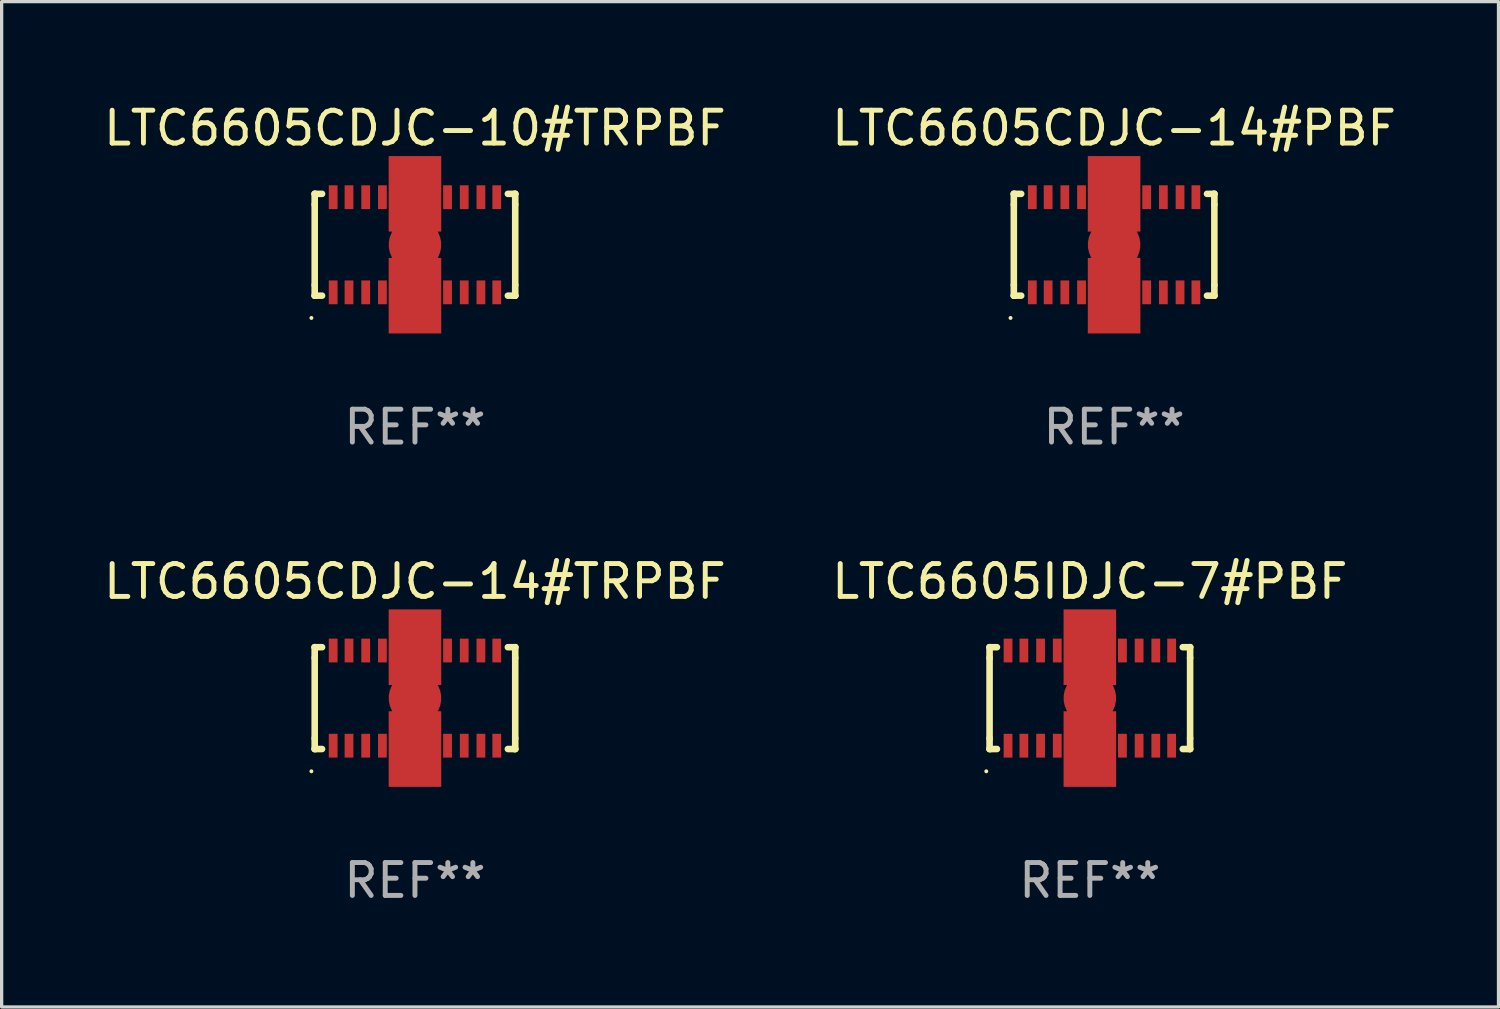
<source format=kicad_pcb>
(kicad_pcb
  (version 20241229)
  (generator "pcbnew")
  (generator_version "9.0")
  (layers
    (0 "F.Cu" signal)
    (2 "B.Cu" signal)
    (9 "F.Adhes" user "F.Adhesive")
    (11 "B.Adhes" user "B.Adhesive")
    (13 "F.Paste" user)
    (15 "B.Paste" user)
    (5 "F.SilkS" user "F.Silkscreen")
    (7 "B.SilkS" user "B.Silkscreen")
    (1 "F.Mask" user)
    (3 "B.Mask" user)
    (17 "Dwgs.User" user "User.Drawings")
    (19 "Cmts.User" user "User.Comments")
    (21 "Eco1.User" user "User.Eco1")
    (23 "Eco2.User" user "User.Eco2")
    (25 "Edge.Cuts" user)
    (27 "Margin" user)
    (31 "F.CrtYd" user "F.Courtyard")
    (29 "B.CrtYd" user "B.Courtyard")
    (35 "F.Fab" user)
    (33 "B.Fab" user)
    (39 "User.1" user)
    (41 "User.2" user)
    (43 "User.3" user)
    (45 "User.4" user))
  (footprint "LTC6605CDJC-14#TRPBF"
    (layer "F.Cu")
    (at 9.577 18.193)
    (property "Reference" "LTC6605CDJC-14#TRPBF" (at 0 -3.549 0) (layer "F.SilkS") (effects (font (size 1 1) (thickness 0.15))))
    (attr through_hole)
    (fp_line (start -3.051 -1.549) (end -3.025 -1.549) (stroke (width 0.201) (type solid)) (layer "F.SilkS"))
    (fp_line (start -3.051 -1.224) (end -3.051 -1.549) (stroke (width 0.201) (type solid)) (layer "F.SilkS"))
    (fp_line (start -3.051 1.224) (end -3.051 -1.224) (stroke (width 0.2) (type solid)) (layer "F.SilkS"))
    (fp_line (start -3.051 1.549) (end -3.051 1.224) (stroke (width 0.201) (type solid)) (layer "F.SilkS"))
    (fp_line (start -3.051 1.549) (end -2.827 1.549) (stroke (width 0.2) (type solid)) (layer "F.SilkS"))
    (fp_line (start -3.025 1.549) (end -3.051 1.549) (stroke (width 0.201) (type solid)) (layer "F.SilkS"))
    (fp_line (start -2.827 -1.549) (end -3.051 -1.549) (stroke (width 0.2) (type solid)) (layer "F.SilkS"))
    (fp_line (start 2.827 1.549) (end 3.051 1.549) (stroke (width 0.2) (type solid)) (layer "F.SilkS"))
    (fp_line (start 3.051 -1.549) (end 2.827 -1.549) (stroke (width 0.2) (type solid)) (layer "F.SilkS"))
    (fp_line (start 3.051 -1.549) (end 3.025 -1.549) (stroke (width 0.201) (type solid)) (layer "F.SilkS"))
    (fp_line (start 3.051 -1.224) (end 3.051 -1.549) (stroke (width 0.201) (type solid)) (layer "F.SilkS"))
    (fp_line (start 3.051 -1.224) (end 3.051 1.224) (stroke (width 0.2) (type solid)) (layer "F.SilkS"))
    (fp_line (start 3.051 1.224) (end 3.051 1.549) (stroke (width 0.201) (type solid)) (layer "F.SilkS"))
    (fp_line (start 3.051 1.549) (end 3.025 1.549) (stroke (width 0.201) (type solid)) (layer "F.SilkS"))
    (fp_circle (center -3.151 2.227) (end -3.121 2.227) (stroke (width 0.06) (type solid)) (fill no) (layer "F.SilkS"))
    (fp_text user "REF**" (at 0 5.549 0) (layer "F.Fab") (effects (font (size 1 1) (thickness 0.15))))
    (pad "1" smd rect (at -2.489 1.448 180) (size 0.267 0.724) (layers "F.Cu" "F.Mask" "F.Paste"))
    (pad "2" smd rect (at -2.007 1.448 180) (size 0.267 0.724) (layers "F.Cu" "F.Mask" "F.Paste"))
    (pad "3" smd rect (at -1.499 1.448 180) (size 0.267 0.724) (layers "F.Cu" "F.Mask" "F.Paste"))
    (pad "4" smd rect (at -0.991 1.448 180) (size 0.267 0.724) (layers "F.Cu" "F.Mask" "F.Paste"))
    (pad "5" smd rect (at -0.508 1.448 180) (size 0.267 0.724) (layers "F.Cu" "F.Mask" "F.Paste"))
    (pad "6" smd rect (at 0 1.448 180) (size 0.267 0.724) (layers "F.Cu" "F.Mask" "F.Paste"))
    (pad "7" smd rect (at 0.508 1.448 180) (size 0.267 0.724) (layers "F.Cu" "F.Mask" "F.Paste"))
    (pad "8" smd rect (at 0.991 1.448 180) (size 0.267 0.724) (layers "F.Cu" "F.Mask" "F.Paste"))
    (pad "9" smd rect (at 1.499 1.448 180) (size 0.267 0.724) (layers "F.Cu" "F.Mask" "F.Paste"))
    (pad "10" smd rect (at 2.007 1.448 180) (size 0.267 0.724) (layers "F.Cu" "F.Mask" "F.Paste"))
    (pad "11" smd rect (at 2.489 1.448 180) (size 0.267 0.724) (layers "F.Cu" "F.Mask" "F.Paste"))
    (pad "12" smd rect (at 2.489 -1.448 180) (size 0.267 0.724) (layers "F.Cu" "F.Mask" "F.Paste"))
    (pad "13" smd rect (at 2.007 -1.448 180) (size 0.267 0.724) (layers "F.Cu" "F.Mask" "F.Paste"))
    (pad "14" smd rect (at 1.499 -1.448 180) (size 0.267 0.724) (layers "F.Cu" "F.Mask" "F.Paste"))
    (pad "15" smd rect (at 0.991 -1.448 180) (size 0.267 0.724) (layers "F.Cu" "F.Mask" "F.Paste"))
    (pad "16" smd rect (at 0.508 -1.448 180) (size 0.267 0.724) (layers "F.Cu" "F.Mask" "F.Paste"))
    (pad "17" smd rect (at 0 -1.448 180) (size 0.267 0.724) (layers "F.Cu" "F.Mask" "F.Paste"))
    (pad "18" smd rect (at -0.508 -1.448 180) (size 0.267 0.724) (layers "F.Cu" "F.Mask" "F.Paste"))
    (pad "19" smd rect (at -0.991 -1.448 180) (size 0.267 0.724) (layers "F.Cu" "F.Mask" "F.Paste"))
    (pad "20" smd rect (at -1.499 -1.448 180) (size 0.267 0.724) (layers "F.Cu" "F.Mask" "F.Paste"))
    (pad "21" smd rect (at -2.007 -1.448 180) (size 0.267 0.724) (layers "F.Cu" "F.Mask" "F.Paste"))
    (pad "22" smd rect (at -2.489 -1.448 180) (size 0.267 0.724) (layers "F.Cu" "F.Mask" "F.Paste"))
    (pad "23" smd custom (at 0 0 90) (size 1.6 5.4) (layers "F.Cu" "F.Mask" "F.Paste") (options (anchor circle)) (primitives (gr_poly (pts (xy -2.7 0.8) (xy -2.7 -0.8) (xy -0.4 -0.8) (xy -0.4 -0.5) (xy 0.4 -0.5) (xy 0.4 -0.8) (xy 2.7 -0.8) (xy 2.7 0.8) (xy 0.4 0.8) (xy 0.4 0.5) (xy -0.4 0.5) (xy -0.4 0.8) (xy -2.7 0.8)) (width 0) (fill yes)))))
  (footprint "LTC6605IDJC-7#PBF"
    (layer "F.Cu")
    (at 30.113 18.193)
    (property "Reference" "LTC6605IDJC-7#PBF" (at 0 -3.549 0) (layer "F.SilkS") (effects (font (size 1 1) (thickness 0.15))))
    (attr through_hole)
    (fp_line (start -3.051 -1.549) (end -3.025 -1.549) (stroke (width 0.201) (type solid)) (layer "F.SilkS"))
    (fp_line (start -3.051 -1.224) (end -3.051 -1.549) (stroke (width 0.201) (type solid)) (layer "F.SilkS"))
    (fp_line (start -3.051 1.224) (end -3.051 -1.224) (stroke (width 0.2) (type solid)) (layer "F.SilkS"))
    (fp_line (start -3.051 1.549) (end -3.051 1.224) (stroke (width 0.201) (type solid)) (layer "F.SilkS"))
    (fp_line (start -3.051 1.549) (end -2.827 1.549) (stroke (width 0.2) (type solid)) (layer "F.SilkS"))
    (fp_line (start -3.025 1.549) (end -3.051 1.549) (stroke (width 0.201) (type solid)) (layer "F.SilkS"))
    (fp_line (start -2.827 -1.549) (end -3.051 -1.549) (stroke (width 0.2) (type solid)) (layer "F.SilkS"))
    (fp_line (start 2.827 1.549) (end 3.051 1.549) (stroke (width 0.2) (type solid)) (layer "F.SilkS"))
    (fp_line (start 3.051 -1.549) (end 2.827 -1.549) (stroke (width 0.2) (type solid)) (layer "F.SilkS"))
    (fp_line (start 3.051 -1.549) (end 3.025 -1.549) (stroke (width 0.201) (type solid)) (layer "F.SilkS"))
    (fp_line (start 3.051 -1.224) (end 3.051 -1.549) (stroke (width 0.201) (type solid)) (layer "F.SilkS"))
    (fp_line (start 3.051 -1.224) (end 3.051 1.224) (stroke (width 0.2) (type solid)) (layer "F.SilkS"))
    (fp_line (start 3.051 1.224) (end 3.051 1.549) (stroke (width 0.201) (type solid)) (layer "F.SilkS"))
    (fp_line (start 3.051 1.549) (end 3.025 1.549) (stroke (width 0.201) (type solid)) (layer "F.SilkS"))
    (fp_circle (center -3.151 2.227) (end -3.121 2.227) (stroke (width 0.06) (type solid)) (fill no) (layer "F.SilkS"))
    (fp_text user "REF**" (at 0 5.549 0) (layer "F.Fab") (effects (font (size 1 1) (thickness 0.15))))
    (pad "1" smd rect (at -2.489 1.448 180) (size 0.267 0.724) (layers "F.Cu" "F.Mask" "F.Paste"))
    (pad "2" smd rect (at -2.007 1.448 180) (size 0.267 0.724) (layers "F.Cu" "F.Mask" "F.Paste"))
    (pad "3" smd rect (at -1.499 1.448 180) (size 0.267 0.724) (layers "F.Cu" "F.Mask" "F.Paste"))
    (pad "4" smd rect (at -0.991 1.448 180) (size 0.267 0.724) (layers "F.Cu" "F.Mask" "F.Paste"))
    (pad "5" smd rect (at -0.508 1.448 180) (size 0.267 0.724) (layers "F.Cu" "F.Mask" "F.Paste"))
    (pad "6" smd rect (at 0 1.448 180) (size 0.267 0.724) (layers "F.Cu" "F.Mask" "F.Paste"))
    (pad "7" smd rect (at 0.508 1.448 180) (size 0.267 0.724) (layers "F.Cu" "F.Mask" "F.Paste"))
    (pad "8" smd rect (at 0.991 1.448 180) (size 0.267 0.724) (layers "F.Cu" "F.Mask" "F.Paste"))
    (pad "9" smd rect (at 1.499 1.448 180) (size 0.267 0.724) (layers "F.Cu" "F.Mask" "F.Paste"))
    (pad "10" smd rect (at 2.007 1.448 180) (size 0.267 0.724) (layers "F.Cu" "F.Mask" "F.Paste"))
    (pad "11" smd rect (at 2.489 1.448 180) (size 0.267 0.724) (layers "F.Cu" "F.Mask" "F.Paste"))
    (pad "12" smd rect (at 2.489 -1.448 180) (size 0.267 0.724) (layers "F.Cu" "F.Mask" "F.Paste"))
    (pad "13" smd rect (at 2.007 -1.448 180) (size 0.267 0.724) (layers "F.Cu" "F.Mask" "F.Paste"))
    (pad "14" smd rect (at 1.499 -1.448 180) (size 0.267 0.724) (layers "F.Cu" "F.Mask" "F.Paste"))
    (pad "15" smd rect (at 0.991 -1.448 180) (size 0.267 0.724) (layers "F.Cu" "F.Mask" "F.Paste"))
    (pad "16" smd rect (at 0.508 -1.448 180) (size 0.267 0.724) (layers "F.Cu" "F.Mask" "F.Paste"))
    (pad "17" smd rect (at 0 -1.448 180) (size 0.267 0.724) (layers "F.Cu" "F.Mask" "F.Paste"))
    (pad "18" smd rect (at -0.508 -1.448 180) (size 0.267 0.724) (layers "F.Cu" "F.Mask" "F.Paste"))
    (pad "19" smd rect (at -0.991 -1.448 180) (size 0.267 0.724) (layers "F.Cu" "F.Mask" "F.Paste"))
    (pad "20" smd rect (at -1.499 -1.448 180) (size 0.267 0.724) (layers "F.Cu" "F.Mask" "F.Paste"))
    (pad "21" smd rect (at -2.007 -1.448 180) (size 0.267 0.724) (layers "F.Cu" "F.Mask" "F.Paste"))
    (pad "22" smd rect (at -2.489 -1.448 180) (size 0.267 0.724) (layers "F.Cu" "F.Mask" "F.Paste"))
    (pad "23" smd custom (at 0 0 90) (size 1.6 5.4) (layers "F.Cu" "F.Mask" "F.Paste") (options (anchor circle)) (primitives (gr_poly (pts (xy -2.7 0.8) (xy -2.7 -0.8) (xy -0.4 -0.8) (xy -0.4 -0.5) (xy 0.4 -0.5) (xy 0.4 -0.8) (xy 2.7 -0.8) (xy 2.7 0.8) (xy 0.4 0.8) (xy 0.4 0.5) (xy -0.4 0.5) (xy -0.4 0.8) (xy -2.7 0.8)) (width 0) (fill yes)))))
  (footprint "LTC6605CDJC-14#PBF"
    (layer "F.Cu")
    (at 30.851 4.398)
    (property "Reference" "LTC6605CDJC-14#PBF" (at 0 -3.549 0) (layer "F.SilkS") (effects (font (size 1 1) (thickness 0.15))))
    (attr through_hole)
    (fp_line (start -3.051 -1.549) (end -3.025 -1.549) (stroke (width 0.201) (type solid)) (layer "F.SilkS"))
    (fp_line (start -3.051 -1.224) (end -3.051 -1.549) (stroke (width 0.201) (type solid)) (layer "F.SilkS"))
    (fp_line (start -3.051 1.224) (end -3.051 -1.224) (stroke (width 0.2) (type solid)) (layer "F.SilkS"))
    (fp_line (start -3.051 1.549) (end -3.051 1.224) (stroke (width 0.201) (type solid)) (layer "F.SilkS"))
    (fp_line (start -3.051 1.549) (end -2.827 1.549) (stroke (width 0.2) (type solid)) (layer "F.SilkS"))
    (fp_line (start -3.025 1.549) (end -3.051 1.549) (stroke (width 0.201) (type solid)) (layer "F.SilkS"))
    (fp_line (start -2.827 -1.549) (end -3.051 -1.549) (stroke (width 0.2) (type solid)) (layer "F.SilkS"))
    (fp_line (start 2.827 1.549) (end 3.051 1.549) (stroke (width 0.2) (type solid)) (layer "F.SilkS"))
    (fp_line (start 3.051 -1.549) (end 2.827 -1.549) (stroke (width 0.2) (type solid)) (layer "F.SilkS"))
    (fp_line (start 3.051 -1.549) (end 3.025 -1.549) (stroke (width 0.201) (type solid)) (layer "F.SilkS"))
    (fp_line (start 3.051 -1.224) (end 3.051 -1.549) (stroke (width 0.201) (type solid)) (layer "F.SilkS"))
    (fp_line (start 3.051 -1.224) (end 3.051 1.224) (stroke (width 0.2) (type solid)) (layer "F.SilkS"))
    (fp_line (start 3.051 1.224) (end 3.051 1.549) (stroke (width 0.201) (type solid)) (layer "F.SilkS"))
    (fp_line (start 3.051 1.549) (end 3.025 1.549) (stroke (width 0.201) (type solid)) (layer "F.SilkS"))
    (fp_circle (center -3.151 2.227) (end -3.121 2.227) (stroke (width 0.06) (type solid)) (fill no) (layer "F.SilkS"))
    (fp_text user "REF**" (at 0 5.549 0) (layer "F.Fab") (effects (font (size 1 1) (thickness 0.15))))
    (pad "1" smd rect (at -2.489 1.448 180) (size 0.267 0.724) (layers "F.Cu" "F.Mask" "F.Paste"))
    (pad "2" smd rect (at -2.007 1.448 180) (size 0.267 0.724) (layers "F.Cu" "F.Mask" "F.Paste"))
    (pad "3" smd rect (at -1.499 1.448 180) (size 0.267 0.724) (layers "F.Cu" "F.Mask" "F.Paste"))
    (pad "4" smd rect (at -0.991 1.448 180) (size 0.267 0.724) (layers "F.Cu" "F.Mask" "F.Paste"))
    (pad "5" smd rect (at -0.508 1.448 180) (size 0.267 0.724) (layers "F.Cu" "F.Mask" "F.Paste"))
    (pad "6" smd rect (at 0 1.448 180) (size 0.267 0.724) (layers "F.Cu" "F.Mask" "F.Paste"))
    (pad "7" smd rect (at 0.508 1.448 180) (size 0.267 0.724) (layers "F.Cu" "F.Mask" "F.Paste"))
    (pad "8" smd rect (at 0.991 1.448 180) (size 0.267 0.724) (layers "F.Cu" "F.Mask" "F.Paste"))
    (pad "9" smd rect (at 1.499 1.448 180) (size 0.267 0.724) (layers "F.Cu" "F.Mask" "F.Paste"))
    (pad "10" smd rect (at 2.007 1.448 180) (size 0.267 0.724) (layers "F.Cu" "F.Mask" "F.Paste"))
    (pad "11" smd rect (at 2.489 1.448 180) (size 0.267 0.724) (layers "F.Cu" "F.Mask" "F.Paste"))
    (pad "12" smd rect (at 2.489 -1.448 180) (size 0.267 0.724) (layers "F.Cu" "F.Mask" "F.Paste"))
    (pad "13" smd rect (at 2.007 -1.448 180) (size 0.267 0.724) (layers "F.Cu" "F.Mask" "F.Paste"))
    (pad "14" smd rect (at 1.499 -1.448 180) (size 0.267 0.724) (layers "F.Cu" "F.Mask" "F.Paste"))
    (pad "15" smd rect (at 0.991 -1.448 180) (size 0.267 0.724) (layers "F.Cu" "F.Mask" "F.Paste"))
    (pad "16" smd rect (at 0.508 -1.448 180) (size 0.267 0.724) (layers "F.Cu" "F.Mask" "F.Paste"))
    (pad "17" smd rect (at 0 -1.448 180) (size 0.267 0.724) (layers "F.Cu" "F.Mask" "F.Paste"))
    (pad "18" smd rect (at -0.508 -1.448 180) (size 0.267 0.724) (layers "F.Cu" "F.Mask" "F.Paste"))
    (pad "19" smd rect (at -0.991 -1.448 180) (size 0.267 0.724) (layers "F.Cu" "F.Mask" "F.Paste"))
    (pad "20" smd rect (at -1.499 -1.448 180) (size 0.267 0.724) (layers "F.Cu" "F.Mask" "F.Paste"))
    (pad "21" smd rect (at -2.007 -1.448 180) (size 0.267 0.724) (layers "F.Cu" "F.Mask" "F.Paste"))
    (pad "22" smd rect (at -2.489 -1.448 180) (size 0.267 0.724) (layers "F.Cu" "F.Mask" "F.Paste"))
    (pad "23" smd custom (at 0 0 90) (size 1.6 5.4) (layers "F.Cu" "F.Mask" "F.Paste") (options (anchor circle)) (primitives (gr_poly (pts (xy -2.7 0.8) (xy -2.7 -0.8) (xy -0.4 -0.8) (xy -0.4 -0.5) (xy 0.4 -0.5) (xy 0.4 -0.8) (xy 2.7 -0.8) (xy 2.7 0.8) (xy 0.4 0.8) (xy 0.4 0.5) (xy -0.4 0.5) (xy -0.4 0.8) (xy -2.7 0.8)) (width 0) (fill yes)))))
  (footprint "LTC6605CDJC-10#TRPBF"
    (layer "F.Cu")
    (at 9.577 4.398)
    (property "Reference" "LTC6605CDJC-10#TRPBF" (at 0 -3.549 0) (layer "F.SilkS") (effects (font (size 1 1) (thickness 0.15))))
    (attr through_hole)
    (fp_line (start -3.051 -1.549) (end -3.025 -1.549) (stroke (width 0.201) (type solid)) (layer "F.SilkS"))
    (fp_line (start -3.051 -1.224) (end -3.051 -1.549) (stroke (width 0.201) (type solid)) (layer "F.SilkS"))
    (fp_line (start -3.051 1.224) (end -3.051 -1.224) (stroke (width 0.2) (type solid)) (layer "F.SilkS"))
    (fp_line (start -3.051 1.549) (end -3.051 1.224) (stroke (width 0.201) (type solid)) (layer "F.SilkS"))
    (fp_line (start -3.051 1.549) (end -2.827 1.549) (stroke (width 0.2) (type solid)) (layer "F.SilkS"))
    (fp_line (start -3.025 1.549) (end -3.051 1.549) (stroke (width 0.201) (type solid)) (layer "F.SilkS"))
    (fp_line (start -2.827 -1.549) (end -3.051 -1.549) (stroke (width 0.2) (type solid)) (layer "F.SilkS"))
    (fp_line (start 2.827 1.549) (end 3.051 1.549) (stroke (width 0.2) (type solid)) (layer "F.SilkS"))
    (fp_line (start 3.051 -1.549) (end 2.827 -1.549) (stroke (width 0.2) (type solid)) (layer "F.SilkS"))
    (fp_line (start 3.051 -1.549) (end 3.025 -1.549) (stroke (width 0.201) (type solid)) (layer "F.SilkS"))
    (fp_line (start 3.051 -1.224) (end 3.051 -1.549) (stroke (width 0.201) (type solid)) (layer "F.SilkS"))
    (fp_line (start 3.051 -1.224) (end 3.051 1.224) (stroke (width 0.2) (type solid)) (layer "F.SilkS"))
    (fp_line (start 3.051 1.224) (end 3.051 1.549) (stroke (width 0.201) (type solid)) (layer "F.SilkS"))
    (fp_line (start 3.051 1.549) (end 3.025 1.549) (stroke (width 0.201) (type solid)) (layer "F.SilkS"))
    (fp_circle (center -3.151 2.227) (end -3.121 2.227) (stroke (width 0.06) (type solid)) (fill no) (layer "F.SilkS"))
    (fp_text user "REF**" (at 0 5.549 0) (layer "F.Fab") (effects (font (size 1 1) (thickness 0.15))))
    (pad "1" smd rect (at -2.489 1.448 180) (size 0.267 0.724) (layers "F.Cu" "F.Mask" "F.Paste"))
    (pad "2" smd rect (at -2.007 1.448 180) (size 0.267 0.724) (layers "F.Cu" "F.Mask" "F.Paste"))
    (pad "3" smd rect (at -1.499 1.448 180) (size 0.267 0.724) (layers "F.Cu" "F.Mask" "F.Paste"))
    (pad "4" smd rect (at -0.991 1.448 180) (size 0.267 0.724) (layers "F.Cu" "F.Mask" "F.Paste"))
    (pad "5" smd rect (at -0.508 1.448 180) (size 0.267 0.724) (layers "F.Cu" "F.Mask" "F.Paste"))
    (pad "6" smd rect (at 0 1.448 180) (size 0.267 0.724) (layers "F.Cu" "F.Mask" "F.Paste"))
    (pad "7" smd rect (at 0.508 1.448 180) (size 0.267 0.724) (layers "F.Cu" "F.Mask" "F.Paste"))
    (pad "8" smd rect (at 0.991 1.448 180) (size 0.267 0.724) (layers "F.Cu" "F.Mask" "F.Paste"))
    (pad "9" smd rect (at 1.499 1.448 180) (size 0.267 0.724) (layers "F.Cu" "F.Mask" "F.Paste"))
    (pad "10" smd rect (at 2.007 1.448 180) (size 0.267 0.724) (layers "F.Cu" "F.Mask" "F.Paste"))
    (pad "11" smd rect (at 2.489 1.448 180) (size 0.267 0.724) (layers "F.Cu" "F.Mask" "F.Paste"))
    (pad "12" smd rect (at 2.489 -1.448 180) (size 0.267 0.724) (layers "F.Cu" "F.Mask" "F.Paste"))
    (pad "13" smd rect (at 2.007 -1.448 180) (size 0.267 0.724) (layers "F.Cu" "F.Mask" "F.Paste"))
    (pad "14" smd rect (at 1.499 -1.448 180) (size 0.267 0.724) (layers "F.Cu" "F.Mask" "F.Paste"))
    (pad "15" smd rect (at 0.991 -1.448 180) (size 0.267 0.724) (layers "F.Cu" "F.Mask" "F.Paste"))
    (pad "16" smd rect (at 0.508 -1.448 180) (size 0.267 0.724) (layers "F.Cu" "F.Mask" "F.Paste"))
    (pad "17" smd rect (at 0 -1.448 180) (size 0.267 0.724) (layers "F.Cu" "F.Mask" "F.Paste"))
    (pad "18" smd rect (at -0.508 -1.448 180) (size 0.267 0.724) (layers "F.Cu" "F.Mask" "F.Paste"))
    (pad "19" smd rect (at -0.991 -1.448 180) (size 0.267 0.724) (layers "F.Cu" "F.Mask" "F.Paste"))
    (pad "20" smd rect (at -1.499 -1.448 180) (size 0.267 0.724) (layers "F.Cu" "F.Mask" "F.Paste"))
    (pad "21" smd rect (at -2.007 -1.448 180) (size 0.267 0.724) (layers "F.Cu" "F.Mask" "F.Paste"))
    (pad "22" smd rect (at -2.489 -1.448 180) (size 0.267 0.724) (layers "F.Cu" "F.Mask" "F.Paste"))
    (pad "23" smd custom (at 0 0 90) (size 1.6 5.4) (layers "F.Cu" "F.Mask" "F.Paste") (options (anchor circle)) (primitives (gr_poly (pts (xy -2.7 0.8) (xy -2.7 -0.8) (xy -0.4 -0.8) (xy -0.4 -0.5) (xy 0.4 -0.5) (xy 0.4 -0.8) (xy 2.7 -0.8) (xy 2.7 0.8) (xy 0.4 0.8) (xy 0.4 0.5) (xy -0.4 0.5) (xy -0.4 0.8) (xy -2.7 0.8)) (width 0) (fill yes)))))
  (gr_rect
    (start -3 -3)
    (end 42.548 27.591)
    (stroke (width 0.1) (type default))
    (fill no)
    (layer "Edge.Cuts")))
</source>
